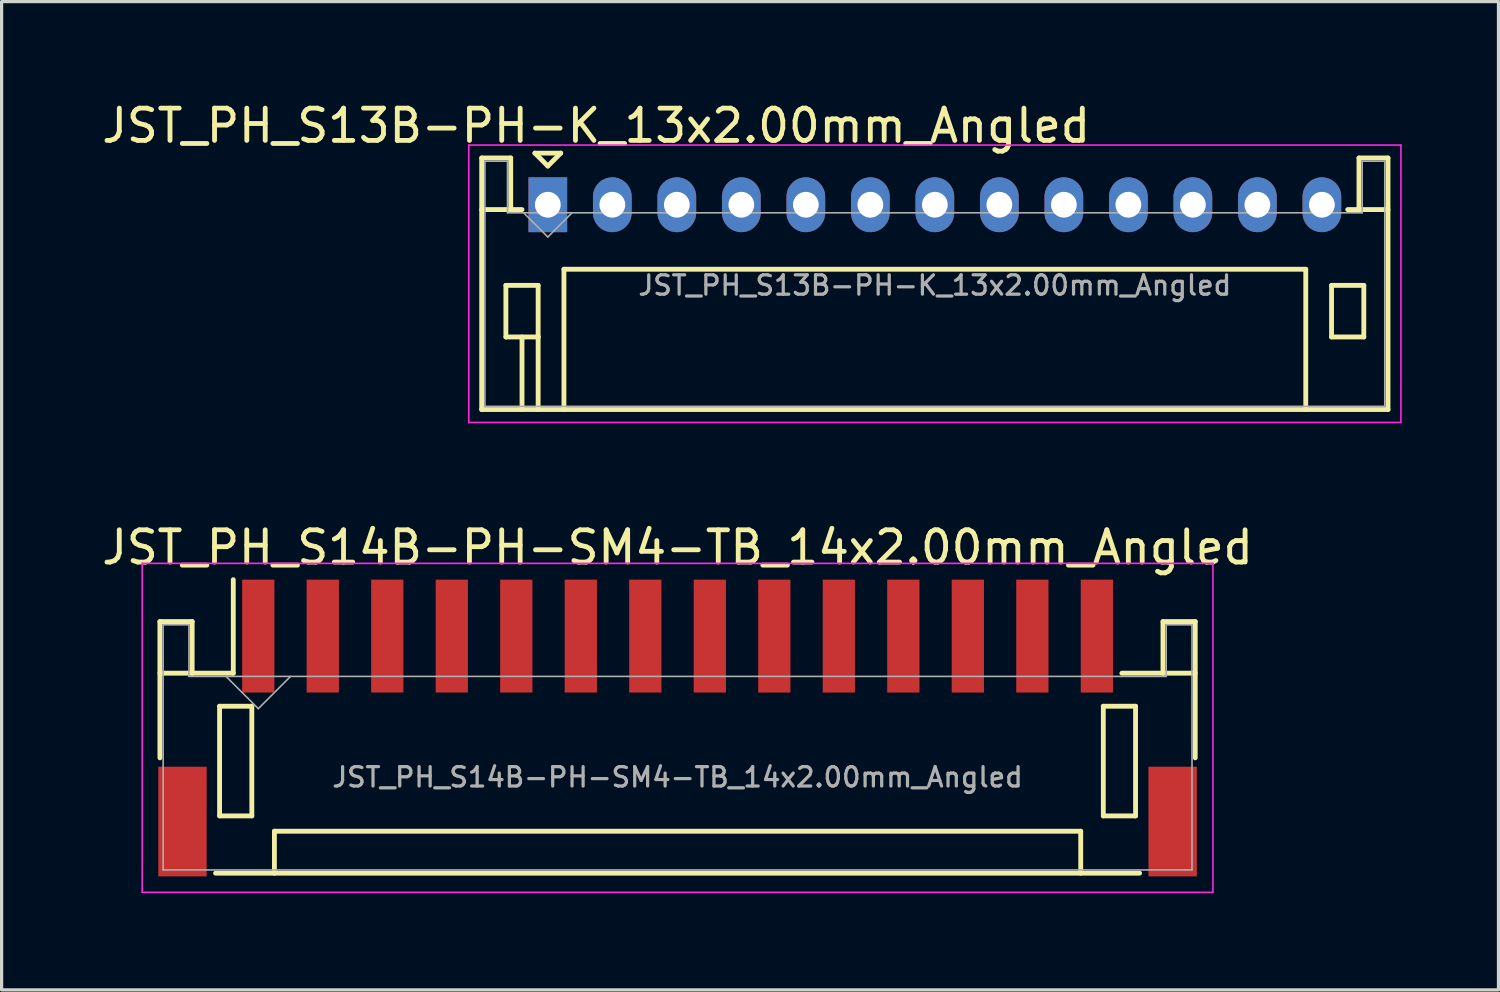
<source format=kicad_pcb>
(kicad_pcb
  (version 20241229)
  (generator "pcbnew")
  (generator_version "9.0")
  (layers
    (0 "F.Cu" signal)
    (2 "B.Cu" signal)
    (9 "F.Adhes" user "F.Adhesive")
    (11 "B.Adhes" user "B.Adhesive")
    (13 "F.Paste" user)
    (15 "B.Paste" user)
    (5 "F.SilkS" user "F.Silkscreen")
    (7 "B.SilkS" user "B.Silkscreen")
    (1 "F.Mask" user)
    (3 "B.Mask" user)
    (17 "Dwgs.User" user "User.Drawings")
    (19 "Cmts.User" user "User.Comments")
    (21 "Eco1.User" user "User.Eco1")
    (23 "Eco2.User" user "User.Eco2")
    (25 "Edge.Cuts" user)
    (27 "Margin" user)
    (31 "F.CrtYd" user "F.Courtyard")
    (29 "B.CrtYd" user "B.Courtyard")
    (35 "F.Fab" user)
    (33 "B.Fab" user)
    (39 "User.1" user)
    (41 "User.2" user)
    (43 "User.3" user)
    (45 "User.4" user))
  (footprint "JST_PH_S14B-PH-SM4-TB_14x2.00mm_Angled"
    (layer "F.Cu")
    (at 17.958 19.547)
    (property "Reference" "JST_PH_S14B-PH-SM4-TB_14x2.00mm_Angled" (at 0 1.5 0) (layer "F.Fab") (effects (font (size 0.6 0.6) (thickness 0.1))))
    (attr smd)
    (fp_line (start -16.05 -3.325) (end -16.05 0.9) (stroke (width 0.15) (type solid)) (layer "F.SilkS"))
    (fp_line (start -16.05 -1.725) (end -15.05 -1.725) (stroke (width 0.15) (type solid)) (layer "F.SilkS"))
    (fp_line (start -15.05 -3.325) (end -16.05 -3.325) (stroke (width 0.15) (type solid)) (layer "F.SilkS"))
    (fp_line (start -15.05 -1.725) (end -15.05 -3.325) (stroke (width 0.15) (type solid)) (layer "F.SilkS"))
    (fp_line (start -14.325 4.475) (end 14.325 4.475) (stroke (width 0.15) (type solid)) (layer "F.SilkS"))
    (fp_line (start -14.2 -0.7) (end -14.2 2.7) (stroke (width 0.15) (type solid)) (layer "F.SilkS"))
    (fp_line (start -14.2 2.7) (end -13.2 2.7) (stroke (width 0.15) (type solid)) (layer "F.SilkS"))
    (fp_line (start -13.775 -1.725) (end -15.05 -1.725) (stroke (width 0.15) (type solid)) (layer "F.SilkS"))
    (fp_line (start -13.775 -1.725) (end -13.775 -4.625) (stroke (width 0.15) (type solid)) (layer "F.SilkS"))
    (fp_line (start -13.2 -0.7) (end -14.2 -0.7) (stroke (width 0.15) (type solid)) (layer "F.SilkS"))
    (fp_line (start -13.2 2.7) (end -13.2 -0.7) (stroke (width 0.15) (type solid)) (layer "F.SilkS"))
    (fp_line (start -12.5 3.175) (end 12.5 3.175) (stroke (width 0.15) (type solid)) (layer "F.SilkS"))
    (fp_line (start -12.5 4.475) (end -12.5 3.175) (stroke (width 0.15) (type solid)) (layer "F.SilkS"))
    (fp_line (start 12.5 3.175) (end 12.5 4.475) (stroke (width 0.15) (type solid)) (layer "F.SilkS"))
    (fp_line (start 13.2 -0.7) (end 14.2 -0.7) (stroke (width 0.15) (type solid)) (layer "F.SilkS"))
    (fp_line (start 13.2 2.7) (end 13.2 -0.7) (stroke (width 0.15) (type solid)) (layer "F.SilkS"))
    (fp_line (start 14.2 -0.7) (end 14.2 2.7) (stroke (width 0.15) (type solid)) (layer "F.SilkS"))
    (fp_line (start 14.2 2.7) (end 13.2 2.7) (stroke (width 0.15) (type solid)) (layer "F.SilkS"))
    (fp_line (start 15.05 -3.325) (end 15.05 -1.725) (stroke (width 0.15) (type solid)) (layer "F.SilkS"))
    (fp_line (start 15.05 -1.725) (end 13.775 -1.725) (stroke (width 0.15) (type solid)) (layer "F.SilkS"))
    (fp_line (start 16.05 -3.325) (end 15.05 -3.325) (stroke (width 0.15) (type solid)) (layer "F.SilkS"))
    (fp_line (start 16.05 -1.725) (end 15.05 -1.725) (stroke (width 0.15) (type solid)) (layer "F.SilkS"))
    (fp_line (start 16.05 0.9) (end 16.05 -3.325) (stroke (width 0.15) (type solid)) (layer "F.SilkS"))
    (fp_line (start -16.6 -5.13) (end -16.6 5.07) (stroke (width 0.05) (type solid)) (layer "F.CrtYd"))
    (fp_line (start -16.6 5.07) (end 16.6 5.07) (stroke (width 0.05) (type solid)) (layer "F.CrtYd"))
    (fp_line (start 16.6 -5.13) (end -16.6 -5.13) (stroke (width 0.05) (type solid)) (layer "F.CrtYd"))
    (fp_line (start 16.6 5.07) (end 16.6 -5.13) (stroke (width 0.05) (type solid)) (layer "F.CrtYd"))
    (fp_line (start -15.95 -3.225) (end -15.95 4.375) (stroke (width 0.05) (type solid)) (layer "F.Fab"))
    (fp_line (start -15.95 4.375) (end 15.95 4.375) (stroke (width 0.05) (type solid)) (layer "F.Fab"))
    (fp_line (start -15.15 -3.225) (end -15.95 -3.225) (stroke (width 0.05) (type solid)) (layer "F.Fab"))
    (fp_line (start -15.15 -1.625) (end -15.15 -3.225) (stroke (width 0.05) (type solid)) (layer "F.Fab"))
    (fp_line (start -14 -1.625) (end -13 -0.625) (stroke (width 0.05) (type solid)) (layer "F.Fab"))
    (fp_line (start -13 -0.625) (end -12 -1.625) (stroke (width 0.05) (type solid)) (layer "F.Fab"))
    (fp_line (start 15.15 -3.225) (end 15.15 -1.625) (stroke (width 0.05) (type solid)) (layer "F.Fab"))
    (fp_line (start 15.15 -1.625) (end -15.15 -1.625) (stroke (width 0.05) (type solid)) (layer "F.Fab"))
    (fp_line (start 15.95 -3.225) (end 15.15 -3.225) (stroke (width 0.05) (type solid)) (layer "F.Fab"))
    (fp_line (start 15.95 4.375) (end 15.95 -3.225) (stroke (width 0.05) (type solid)) (layer "F.Fab"))
    (fp_text user "${REFERENCE}" (at 0 -5.625 0) (layer "F.SilkS") (effects (font (size 1 1) (thickness 0.15))))
    (pad "" smd rect (at -15.35 2.875) (size 1.5 3.4) (layers "F.Cu" "F.Mask" "F.Paste"))
    (pad "" smd rect (at 15.35 2.875) (size 1.5 3.4) (layers "F.Cu" "F.Mask" "F.Paste"))
    (pad "1" smd rect (at -13 -2.875) (size 1 3.5) (layers "F.Cu" "F.Mask" "F.Paste"))
    (pad "2" smd rect (at -11 -2.875) (size 1 3.5) (layers "F.Cu" "F.Mask" "F.Paste"))
    (pad "3" smd rect (at -9 -2.875) (size 1 3.5) (layers "F.Cu" "F.Mask" "F.Paste"))
    (pad "4" smd rect (at -7 -2.875) (size 1 3.5) (layers "F.Cu" "F.Mask" "F.Paste"))
    (pad "5" smd rect (at -5 -2.875) (size 1 3.5) (layers "F.Cu" "F.Mask" "F.Paste"))
    (pad "6" smd rect (at -3 -2.875) (size 1 3.5) (layers "F.Cu" "F.Mask" "F.Paste"))
    (pad "7" smd rect (at -1 -2.875) (size 1 3.5) (layers "F.Cu" "F.Mask" "F.Paste"))
    (pad "8" smd rect (at 1 -2.875) (size 1 3.5) (layers "F.Cu" "F.Mask" "F.Paste"))
    (pad "9" smd rect (at 3 -2.875) (size 1 3.5) (layers "F.Cu" "F.Mask" "F.Paste"))
    (pad "10" smd rect (at 5 -2.875) (size 1 3.5) (layers "F.Cu" "F.Mask" "F.Paste"))
    (pad "11" smd rect (at 7 -2.875) (size 1 3.5) (layers "F.Cu" "F.Mask" "F.Paste"))
    (pad "12" smd rect (at 9 -2.875) (size 1 3.5) (layers "F.Cu" "F.Mask" "F.Paste"))
    (pad "13" smd rect (at 11 -2.875) (size 1 3.5) (layers "F.Cu" "F.Mask" "F.Paste"))
    (pad "14" smd rect (at 13 -2.875) (size 1 3.5) (layers "F.Cu" "F.Mask" "F.Paste")))
  (footprint "JST_PH_S13B-PH-K_13x2.00mm_Angled"
    (layer "F.Cu")
    (at 13.935 3.298)
    (property "Reference" "JST_PH_S13B-PH-K_13x2.00mm_Angled" (at 12 2.5 0) (layer "F.Fab") (effects (font (size 0.6 0.6) (thickness 0.1))))
    (attr through_hole)
    (fp_line (start -2.05 -1.45) (end -2.05 6.35) (stroke (width 0.15) (type solid)) (layer "F.SilkS"))
    (fp_line (start -2.05 0.15) (end -1.15 0.15) (stroke (width 0.15) (type solid)) (layer "F.SilkS"))
    (fp_line (start -2.05 6.35) (end 26.05 6.35) (stroke (width 0.15) (type solid)) (layer "F.SilkS"))
    (fp_line (start -1.3 2.5) (end -1.3 4.1) (stroke (width 0.15) (type solid)) (layer "F.SilkS"))
    (fp_line (start -1.3 4.1) (end -0.3 4.1) (stroke (width 0.15) (type solid)) (layer "F.SilkS"))
    (fp_line (start -1.15 -1.45) (end -2.05 -1.45) (stroke (width 0.15) (type solid)) (layer "F.SilkS"))
    (fp_line (start -1.15 0.15) (end -1.15 -1.45) (stroke (width 0.15) (type solid)) (layer "F.SilkS"))
    (fp_line (start -0.8 0.15) (end -1.15 0.15) (stroke (width 0.15) (type solid)) (layer "F.SilkS"))
    (fp_line (start -0.8 4.1) (end -0.8 6.35) (stroke (width 0.15) (type solid)) (layer "F.SilkS"))
    (fp_line (start -0.4 -1.6) (end 0.4 -1.6) (stroke (width 0.15) (type solid)) (layer "F.SilkS"))
    (fp_line (start -0.3 2.5) (end -1.3 2.5) (stroke (width 0.15) (type solid)) (layer "F.SilkS"))
    (fp_line (start -0.3 4.1) (end -0.3 2.5) (stroke (width 0.15) (type solid)) (layer "F.SilkS"))
    (fp_line (start -0.3 4.1) (end -0.3 6.35) (stroke (width 0.15) (type solid)) (layer "F.SilkS"))
    (fp_line (start 0 -1.2) (end -0.4 -1.6) (stroke (width 0.15) (type solid)) (layer "F.SilkS"))
    (fp_line (start 0.4 -1.6) (end 0 -1.2) (stroke (width 0.15) (type solid)) (layer "F.SilkS"))
    (fp_line (start 0.5 2) (end 23.5 2) (stroke (width 0.15) (type solid)) (layer "F.SilkS"))
    (fp_line (start 0.5 6.35) (end 0.5 2) (stroke (width 0.15) (type solid)) (layer "F.SilkS"))
    (fp_line (start 23.5 2) (end 23.5 6.35) (stroke (width 0.15) (type solid)) (layer "F.SilkS"))
    (fp_line (start 24.3 2.5) (end 25.3 2.5) (stroke (width 0.15) (type solid)) (layer "F.SilkS"))
    (fp_line (start 24.3 4.1) (end 24.3 2.5) (stroke (width 0.15) (type solid)) (layer "F.SilkS"))
    (fp_line (start 25.15 -1.45) (end 25.15 0.15) (stroke (width 0.15) (type solid)) (layer "F.SilkS"))
    (fp_line (start 25.15 0.15) (end 24.8 0.15) (stroke (width 0.15) (type solid)) (layer "F.SilkS"))
    (fp_line (start 25.3 2.5) (end 25.3 4.1) (stroke (width 0.15) (type solid)) (layer "F.SilkS"))
    (fp_line (start 25.3 4.1) (end 24.3 4.1) (stroke (width 0.15) (type solid)) (layer "F.SilkS"))
    (fp_line (start 26.05 -1.45) (end 25.15 -1.45) (stroke (width 0.15) (type solid)) (layer "F.SilkS"))
    (fp_line (start 26.05 0.15) (end 25.15 0.15) (stroke (width 0.15) (type solid)) (layer "F.SilkS"))
    (fp_line (start 26.05 6.35) (end 26.05 -1.45) (stroke (width 0.15) (type solid)) (layer "F.SilkS"))
    (fp_line (start -2.45 -1.85) (end -2.45 6.75) (stroke (width 0.05) (type solid)) (layer "F.CrtYd"))
    (fp_line (start -2.45 6.75) (end 26.45 6.75) (stroke (width 0.05) (type solid)) (layer "F.CrtYd"))
    (fp_line (start 26.45 -1.85) (end -2.45 -1.85) (stroke (width 0.05) (type solid)) (layer "F.CrtYd"))
    (fp_line (start 26.45 6.75) (end 26.45 -1.85) (stroke (width 0.05) (type solid)) (layer "F.CrtYd"))
    (fp_line (start -1.95 -1.35) (end -1.95 6.25) (stroke (width 0.05) (type solid)) (layer "F.Fab"))
    (fp_line (start -1.95 6.25) (end 25.95 6.25) (stroke (width 0.05) (type solid)) (layer "F.Fab"))
    (fp_line (start -1.25 -1.35) (end -1.95 -1.35) (stroke (width 0.05) (type solid)) (layer "F.Fab"))
    (fp_line (start -1.25 0.25) (end -1.25 -1.35) (stroke (width 0.05) (type solid)) (layer "F.Fab"))
    (fp_line (start -0.75 0.25) (end 0 1) (stroke (width 0.05) (type solid)) (layer "F.Fab"))
    (fp_line (start 0 1) (end 0.75 0.25) (stroke (width 0.05) (type solid)) (layer "F.Fab"))
    (fp_line (start 25.25 -1.35) (end 25.25 0.25) (stroke (width 0.05) (type solid)) (layer "F.Fab"))
    (fp_line (start 25.25 0.25) (end -1.25 0.25) (stroke (width 0.05) (type solid)) (layer "F.Fab"))
    (fp_line (start 25.95 -1.35) (end 25.25 -1.35) (stroke (width 0.05) (type solid)) (layer "F.Fab"))
    (fp_line (start 25.95 6.25) (end 25.95 -1.35) (stroke (width 0.05) (type solid)) (layer "F.Fab"))
    (fp_text user "${REFERENCE}" (at 1.5 -2.45 0) (layer "F.SilkS") (effects (font (size 1 1) (thickness 0.15))))
    (pad "1" thru_hole rect (at 0 0) (size 1.2 1.7) (drill 0.8) (layers "*.Cu" "*.Mask"))
    (pad "2" thru_hole oval (at 2 0) (size 1.2 1.7) (drill 0.8) (layers "*.Cu" "*.Mask"))
    (pad "3" thru_hole oval (at 4 0) (size 1.2 1.7) (drill 0.8) (layers "*.Cu" "*.Mask"))
    (pad "4" thru_hole oval (at 6 0) (size 1.2 1.7) (drill 0.8) (layers "*.Cu" "*.Mask"))
    (pad "5" thru_hole oval (at 8 0) (size 1.2 1.7) (drill 0.8) (layers "*.Cu" "*.Mask"))
    (pad "6" thru_hole oval (at 10 0) (size 1.2 1.7) (drill 0.8) (layers "*.Cu" "*.Mask"))
    (pad "7" thru_hole oval (at 12 0) (size 1.2 1.7) (drill 0.8) (layers "*.Cu" "*.Mask"))
    (pad "8" thru_hole oval (at 14 0) (size 1.2 1.7) (drill 0.8) (layers "*.Cu" "*.Mask"))
    (pad "9" thru_hole oval (at 16 0) (size 1.2 1.7) (drill 0.8) (layers "*.Cu" "*.Mask"))
    (pad "10" thru_hole oval (at 18 0) (size 1.2 1.7) (drill 0.8) (layers "*.Cu" "*.Mask"))
    (pad "11" thru_hole oval (at 20 0) (size 1.2 1.7) (drill 0.8) (layers "*.Cu" "*.Mask"))
    (pad "12" thru_hole oval (at 22 0) (size 1.2 1.7) (drill 0.8) (layers "*.Cu" "*.Mask"))
    (pad "13" thru_hole oval (at 24 0) (size 1.2 1.7) (drill 0.8) (layers "*.Cu" "*.Mask")))
  (gr_rect
    (start -3 -3)
    (end 43.41 27.642)
    (stroke (width 0.1) (type default))
    (fill no)
    (layer "Edge.Cuts")))
</source>
